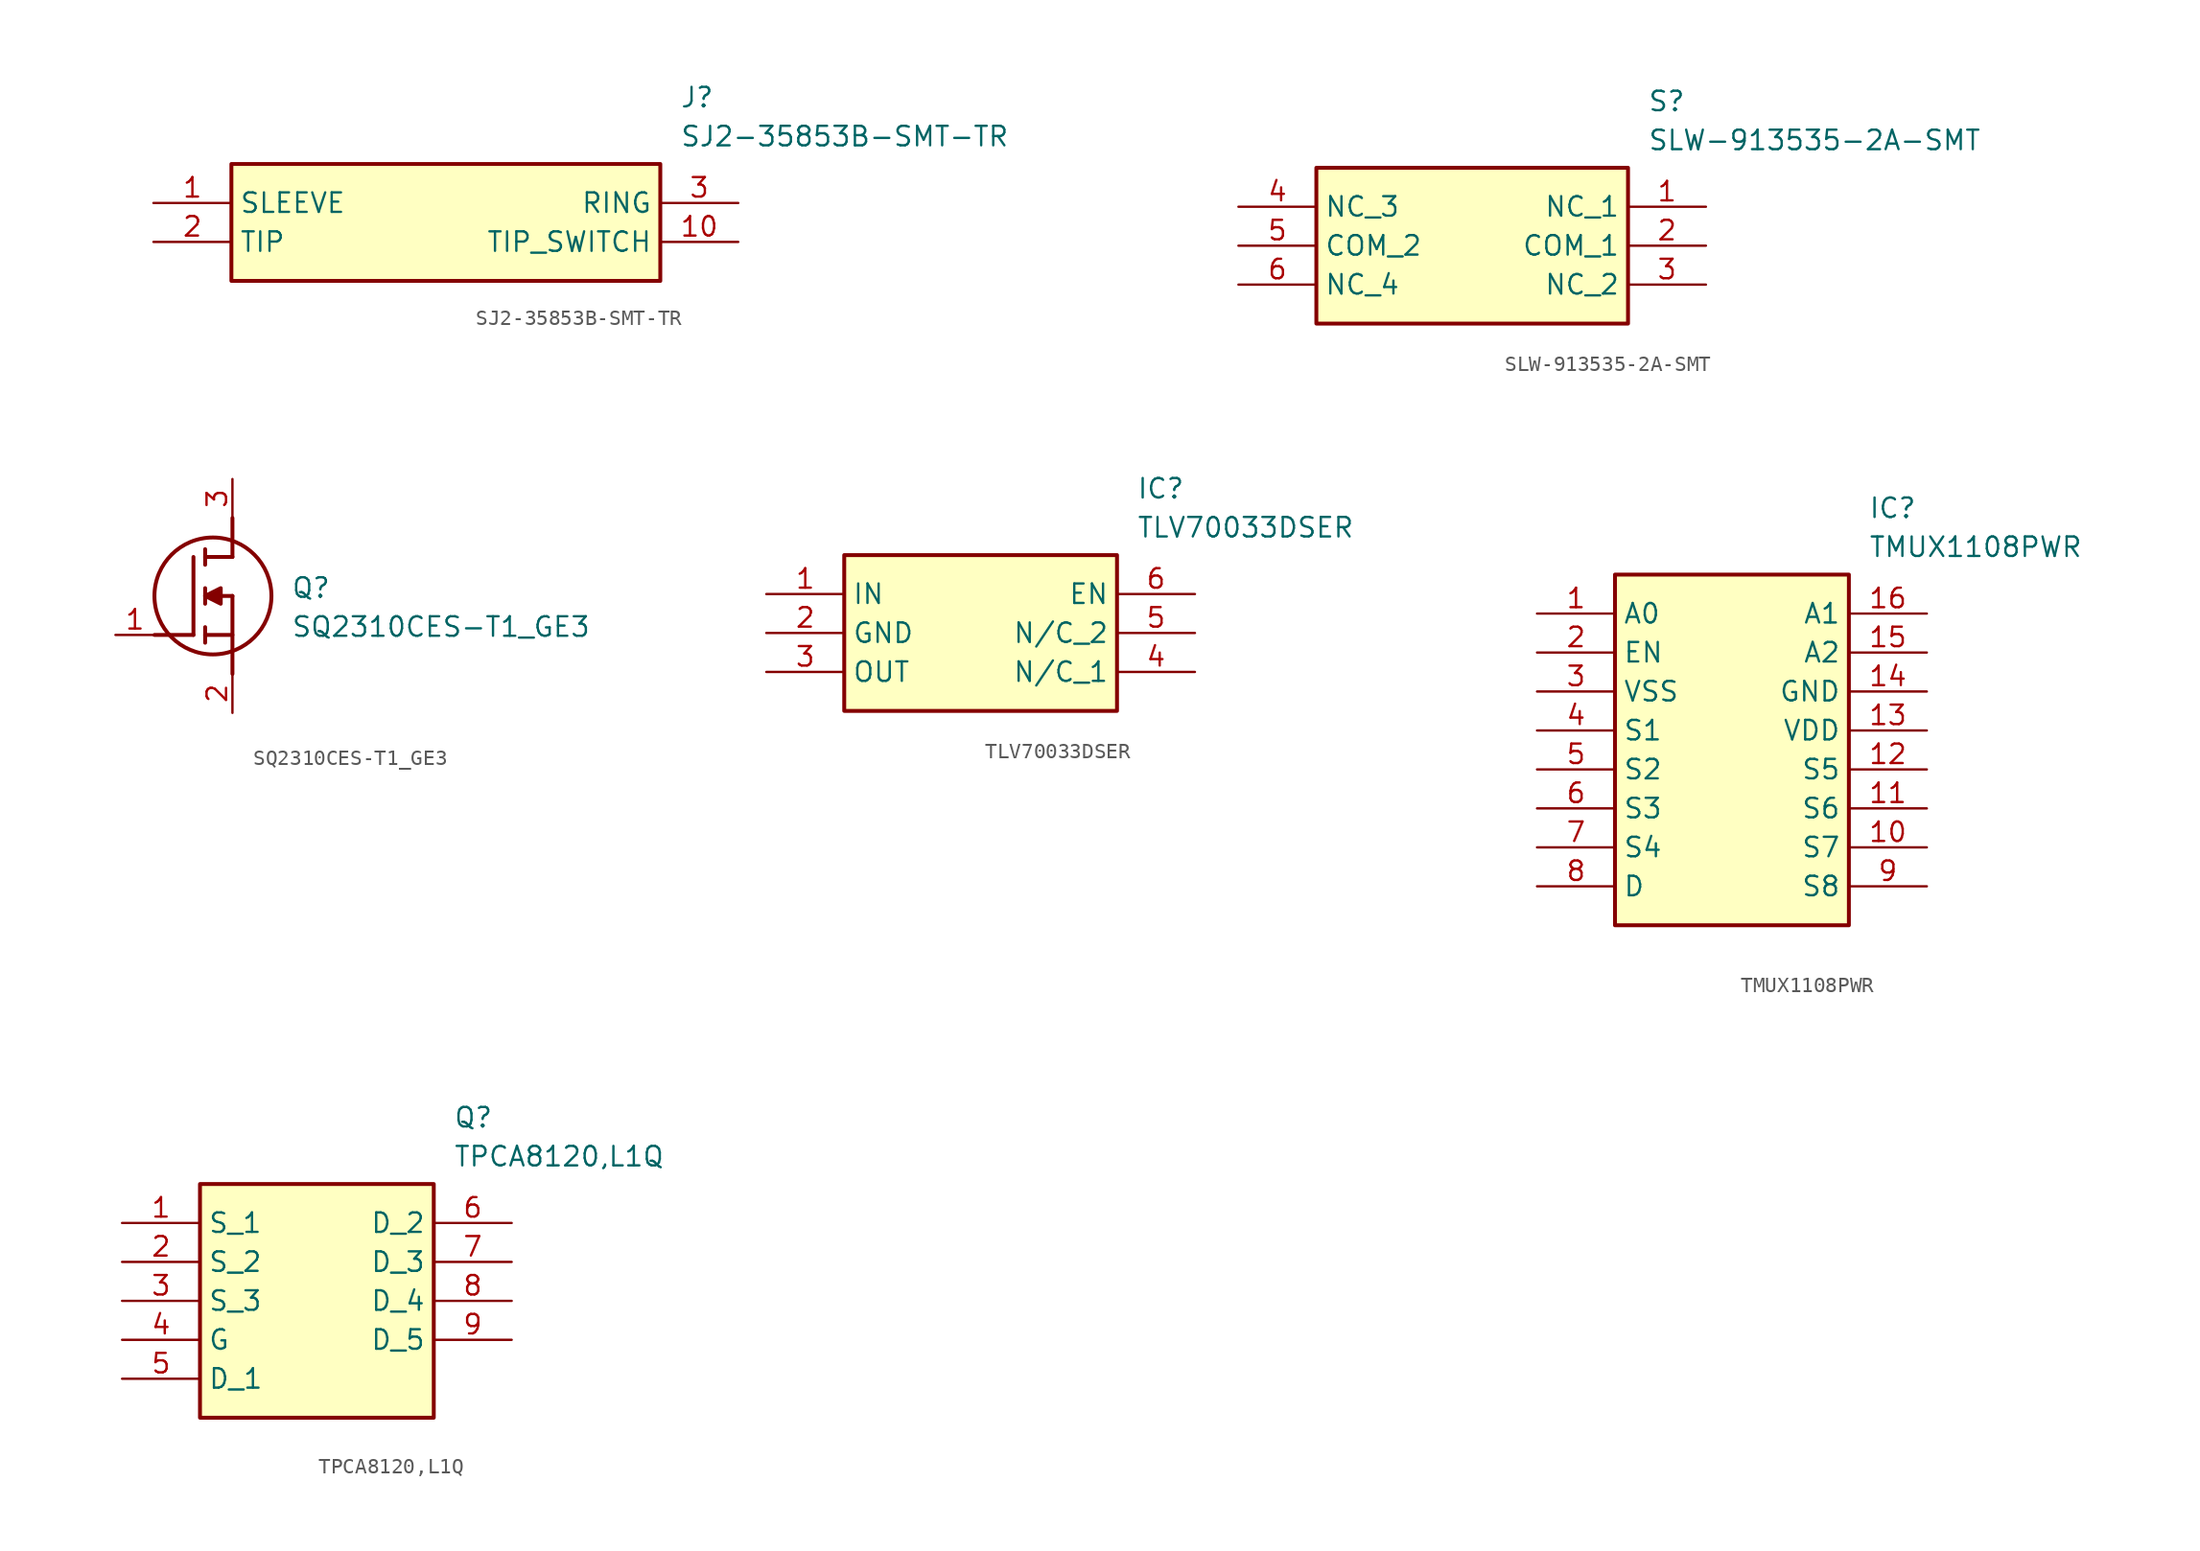
<source format=kicad_sym>
(kicad_symbol_lib
  (version 20231120)
  (generator "kicad_symbol_editor")
  (generator_version "8.0")
  (symbol "SJ2-35853B-SMT-TR"
    (property "Reference" "J"
      (at 34.29 7.62 0)
      (effects (font (size 1.27 1.27)) (justify left top)))
    (property "Value" "SJ2-35853B-SMT-TR"
      (at 34.29 5.08 0)
      (effects (font (size 1.27 1.27)) (justify left top)))
    (rectangle
      (start 5.08 2.54)
      (end 33.02 -5.08)
      (stroke (width 0.254) (type default))
      (fill (type background)))
    (pin passive line
      (at 0 0 0)
      (length 5.08)
      (name "SLEEVE" (effects (font (size 1.27 1.27))))
      (number "1" (effects (font (size 1.27 1.27)))))
    (pin passive line
      (at 0 -2.54 0)
      (length 5.08)
      (name "TIP" (effects (font (size 1.27 1.27))))
      (number "2" (effects (font (size 1.27 1.27)))))
    (pin passive line
      (at 38.1 0 180)
      (length 5.08)
      (name "RING" (effects (font (size 1.27 1.27))))
      (number "3" (effects (font (size 1.27 1.27)))))
    (pin passive line
      (at 38.1 -2.54 180)
      (length 5.08)
      (name "TIP_SWITCH" (effects (font (size 1.27 1.27))))
      (number "10" (effects (font (size 1.27 1.27))))))
  (symbol "SLW-913535-2A-SMT"
    (property "Reference" "S"
      (at 26.67 7.62 0)
      (effects (font (size 1.27 1.27)) (justify left top)))
    (property "Value" "SLW-913535-2A-SMT"
      (at 26.67 5.08 0)
      (effects (font (size 1.27 1.27)) (justify left top)))
    (rectangle
      (start 5.08 2.54)
      (end 25.4 -7.62)
      (stroke (width 0.254) (type default))
      (fill (type background)))
    (pin passive line
      (at 30.48 0 180)
      (length 5.08)
      (name "NC_1" (effects (font (size 1.27 1.27))))
      (number "1" (effects (font (size 1.27 1.27)))))
    (pin passive line
      (at 30.48 -2.54 180)
      (length 5.08)
      (name "COM_1" (effects (font (size 1.27 1.27))))
      (number "2" (effects (font (size 1.27 1.27)))))
    (pin passive line
      (at 30.48 -5.08 180)
      (length 5.08)
      (name "NC_2" (effects (font (size 1.27 1.27))))
      (number "3" (effects (font (size 1.27 1.27)))))
    (pin passive line
      (at 0 0 0)
      (length 5.08)
      (name "NC_3" (effects (font (size 1.27 1.27))))
      (number "4" (effects (font (size 1.27 1.27)))))
    (pin passive line
      (at 0 -2.54 0)
      (length 5.08)
      (name "COM_2" (effects (font (size 1.27 1.27))))
      (number "5" (effects (font (size 1.27 1.27)))))
    (pin passive line
      (at 0 -5.08 0)
      (length 5.08)
      (name "NC_4" (effects (font (size 1.27 1.27))))
      (number "6" (effects (font (size 1.27 1.27))))))
  (symbol "SQ2310CES-T1_GE3"
    (pin_names hide)
    (property "Reference" "Q"
      (at 11.43 3.81 0)
      (effects (font (size 1.27 1.27)) (justify left top)))
    (property "Value" "SQ2310CES-T1_GE3"
      (at 11.43 1.27 0)
      (effects (font (size 1.27 1.27)) (justify left top)))
    (symbol "SQ2310CES-T1_GE3_1_1"
      (polyline (pts (xy 2.54 0) (xy 5.08 0)) (stroke (width 0.254) (type default)) (fill (type none)))
      (polyline (pts (xy 5.08 5.08) (xy 5.08 0)) (stroke (width 0.254) (type default)) (fill (type none)))
      (polyline (pts (xy 5.842 -0.508) (xy 5.842 0.508)) (stroke (width 0.254) (type default)) (fill (type none)))
      (polyline (pts (xy 5.842 0) (xy 7.62 0)) (stroke (width 0.254) (type default)) (fill (type none)))
      (polyline (pts (xy 5.842 2.032) (xy 5.842 3.048)) (stroke (width 0.254) (type default)) (fill (type none)))
      (polyline (pts (xy 5.842 5.588) (xy 5.842 4.572)) (stroke (width 0.254) (type default)) (fill (type none)))
      (polyline (pts (xy 7.62 2.54) (xy 5.842 2.54)) (stroke (width 0.254) (type default)) (fill (type none)))
      (polyline (pts (xy 7.62 2.54) (xy 7.62 -2.54)) (stroke (width 0.254) (type default)) (fill (type none)))
      (polyline (pts (xy 7.62 5.08) (xy 5.842 5.08)) (stroke (width 0.254) (type default)) (fill (type none)))
      (polyline (pts (xy 7.62 5.08) (xy 7.62 7.62)) (stroke (width 0.254) (type default)) (fill (type none)))
      (polyline (pts (xy 5.842 2.54) (xy 6.858 3.048) (xy 6.858 2.032) (xy 5.842 2.54)) (stroke (width 0.254) (type default)) (fill (type outline)))
      (circle (center 6.35 2.54) (radius 3.81) (stroke (width 0.254) (type default)) (fill (type none)))
      (pin passive line (at 0 0 0) (length 2.54) (name "G" (effects (font (size 1.27 1.27)))) (number "1" (effects (font (size 1.27 1.27)))))
      (pin passive line (at 7.62 -5.08 90) (length 2.54) (name "S" (effects (font (size 1.27 1.27)))) (number "2" (effects (font (size 1.27 1.27)))))
      (pin passive line (at 7.62 10.16 270) (length 2.54) (name "D" (effects (font (size 1.27 1.27)))) (number "3" (effects (font (size 1.27 1.27)))))))
  (symbol "TLV70033DSER"
    (property "Reference" "IC"
      (at 24.13 7.62 0)
      (effects (font (size 1.27 1.27)) (justify left top)))
    (property "Value" "TLV70033DSER"
      (at 24.13 5.08 0)
      (effects (font (size 1.27 1.27)) (justify left top)))
    (rectangle
      (start 5.08 2.54)
      (end 22.86 -7.62)
      (stroke (width 0.254) (type default))
      (fill (type background)))
    (pin passive line
      (at 0 0 0)
      (length 5.08)
      (name "IN" (effects (font (size 1.27 1.27))))
      (number "1" (effects (font (size 1.27 1.27)))))
    (pin passive line
      (at 0 -2.54 0)
      (length 5.08)
      (name "GND" (effects (font (size 1.27 1.27))))
      (number "2" (effects (font (size 1.27 1.27)))))
    (pin passive line
      (at 0 -5.08 0)
      (length 5.08)
      (name "OUT" (effects (font (size 1.27 1.27))))
      (number "3" (effects (font (size 1.27 1.27)))))
    (pin passive line
      (at 27.94 0 180)
      (length 5.08)
      (name "EN" (effects (font (size 1.27 1.27))))
      (number "6" (effects (font (size 1.27 1.27)))))
    (pin passive line
      (at 27.94 -2.54 180)
      (length 5.08)
      (name "N/C_2" (effects (font (size 1.27 1.27))))
      (number "5" (effects (font (size 1.27 1.27)))))
    (pin passive line
      (at 27.94 -5.08 180)
      (length 5.08)
      (name "N/C_1" (effects (font (size 1.27 1.27))))
      (number "4" (effects (font (size 1.27 1.27))))))
  (symbol "TMUX1108PWR"
    (property "Reference" "IC"
      (at 21.59 7.62 0)
      (effects (font (size 1.27 1.27)) (justify left top)))
    (property "Value" "TMUX1108PWR"
      (at 21.59 5.08 0)
      (effects (font (size 1.27 1.27)) (justify left top)))
    (symbol "TMUX1108PWR_1_1"
      (rectangle (start 5.08 2.54) (end 20.32 -20.32) (stroke (width 0.254) (type default)) (fill (type background)))
      (pin passive line (at 0 0 0) (length 5.08) (name "A0" (effects (font (size 1.27 1.27)))) (number "1" (effects (font (size 1.27 1.27)))))
      (pin passive line (at 25.4 -15.24 180) (length 5.08) (name "S7" (effects (font (size 1.27 1.27)))) (number "10" (effects (font (size 1.27 1.27)))))
      (pin passive line (at 25.4 -12.7 180) (length 5.08) (name "S6" (effects (font (size 1.27 1.27)))) (number "11" (effects (font (size 1.27 1.27)))))
      (pin passive line (at 25.4 -10.16 180) (length 5.08) (name "S5" (effects (font (size 1.27 1.27)))) (number "12" (effects (font (size 1.27 1.27)))))
      (pin passive line (at 25.4 -7.62 180) (length 5.08) (name "VDD" (effects (font (size 1.27 1.27)))) (number "13" (effects (font (size 1.27 1.27)))))
      (pin passive line (at 25.4 -5.08 180) (length 5.08) (name "GND" (effects (font (size 1.27 1.27)))) (number "14" (effects (font (size 1.27 1.27)))))
      (pin passive line (at 25.4 -2.54 180) (length 5.08) (name "A2" (effects (font (size 1.27 1.27)))) (number "15" (effects (font (size 1.27 1.27)))))
      (pin passive line (at 25.4 0 180) (length 5.08) (name "A1" (effects (font (size 1.27 1.27)))) (number "16" (effects (font (size 1.27 1.27)))))
      (pin passive line (at 0 -2.54 0) (length 5.08) (name "EN" (effects (font (size 1.27 1.27)))) (number "2" (effects (font (size 1.27 1.27)))))
      (pin passive line (at 0 -5.08 0) (length 5.08) (name "VSS" (effects (font (size 1.27 1.27)))) (number "3" (effects (font (size 1.27 1.27)))))
      (pin passive line (at 0 -7.62 0) (length 5.08) (name "S1" (effects (font (size 1.27 1.27)))) (number "4" (effects (font (size 1.27 1.27)))))
      (pin passive line (at 0 -10.16 0) (length 5.08) (name "S2" (effects (font (size 1.27 1.27)))) (number "5" (effects (font (size 1.27 1.27)))))
      (pin passive line (at 0 -12.7 0) (length 5.08) (name "S3" (effects (font (size 1.27 1.27)))) (number "6" (effects (font (size 1.27 1.27)))))
      (pin passive line (at 0 -15.24 0) (length 5.08) (name "S4" (effects (font (size 1.27 1.27)))) (number "7" (effects (font (size 1.27 1.27)))))
      (pin passive line (at 0 -17.78 0) (length 5.08) (name "D" (effects (font (size 1.27 1.27)))) (number "8" (effects (font (size 1.27 1.27)))))
      (pin passive line (at 25.4 -17.78 180) (length 5.08) (name "S8" (effects (font (size 1.27 1.27)))) (number "9" (effects (font (size 1.27 1.27)))))))
  (symbol "TPCA8120,L1Q"
    (property "Reference" "Q"
      (at 21.59 7.62 0)
      (effects (font (size 1.27 1.27)) (justify left top)))
    (property "Value" "TPCA8120,L1Q"
      (at 21.59 5.08 0)
      (effects (font (size 1.27 1.27)) (justify left top)))
    (symbol "TPCA8120,L1Q_1_1"
      (rectangle (start 5.08 2.54) (end 20.32 -12.7) (stroke (width 0.254) (type default)) (fill (type background)))
      (pin passive line (at 0 0 0) (length 5.08) (name "S_1" (effects (font (size 1.27 1.27)))) (number "1" (effects (font (size 1.27 1.27)))))
      (pin passive line (at 0 -2.54 0) (length 5.08) (name "S_2" (effects (font (size 1.27 1.27)))) (number "2" (effects (font (size 1.27 1.27)))))
      (pin passive line (at 0 -5.08 0) (length 5.08) (name "S_3" (effects (font (size 1.27 1.27)))) (number "3" (effects (font (size 1.27 1.27)))))
      (pin passive line (at 0 -7.62 0) (length 5.08) (name "G" (effects (font (size 1.27 1.27)))) (number "4" (effects (font (size 1.27 1.27)))))
      (pin passive line (at 0 -10.16 0) (length 5.08) (name "D_1" (effects (font (size 1.27 1.27)))) (number "5" (effects (font (size 1.27 1.27)))))
      (pin passive line (at 25.4 0 180) (length 5.08) (name "D_2" (effects (font (size 1.27 1.27)))) (number "6" (effects (font (size 1.27 1.27)))))
      (pin passive line (at 25.4 -2.54 180) (length 5.08) (name "D_3" (effects (font (size 1.27 1.27)))) (number "7" (effects (font (size 1.27 1.27)))))
      (pin passive line (at 25.4 -5.08 180) (length 5.08) (name "D_4" (effects (font (size 1.27 1.27)))) (number "8" (effects (font (size 1.27 1.27)))))
      (pin passive line (at 25.4 -7.62 180) (length 5.08) (name "D_5" (effects (font (size 1.27 1.27)))) (number "9" (effects (font (size 1.27 1.27))))))))
</source>
